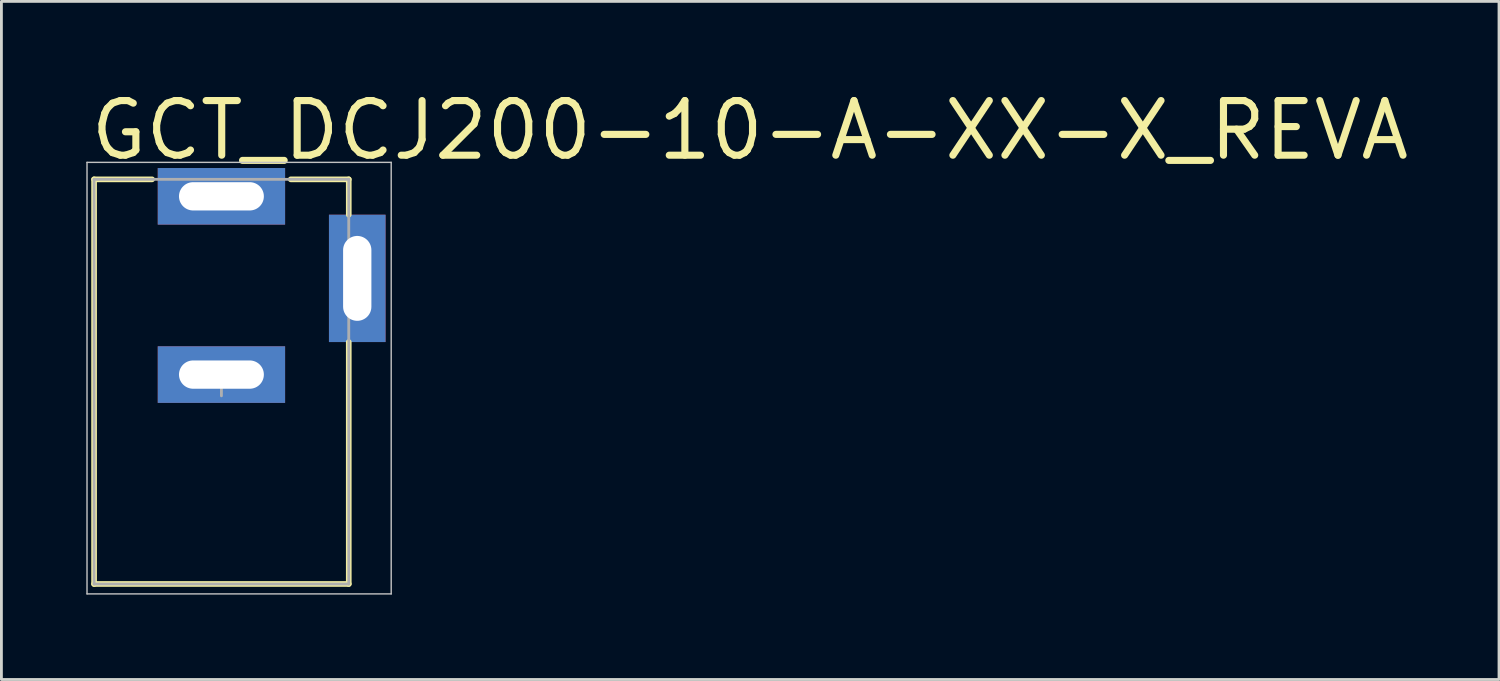
<source format=kicad_pcb>
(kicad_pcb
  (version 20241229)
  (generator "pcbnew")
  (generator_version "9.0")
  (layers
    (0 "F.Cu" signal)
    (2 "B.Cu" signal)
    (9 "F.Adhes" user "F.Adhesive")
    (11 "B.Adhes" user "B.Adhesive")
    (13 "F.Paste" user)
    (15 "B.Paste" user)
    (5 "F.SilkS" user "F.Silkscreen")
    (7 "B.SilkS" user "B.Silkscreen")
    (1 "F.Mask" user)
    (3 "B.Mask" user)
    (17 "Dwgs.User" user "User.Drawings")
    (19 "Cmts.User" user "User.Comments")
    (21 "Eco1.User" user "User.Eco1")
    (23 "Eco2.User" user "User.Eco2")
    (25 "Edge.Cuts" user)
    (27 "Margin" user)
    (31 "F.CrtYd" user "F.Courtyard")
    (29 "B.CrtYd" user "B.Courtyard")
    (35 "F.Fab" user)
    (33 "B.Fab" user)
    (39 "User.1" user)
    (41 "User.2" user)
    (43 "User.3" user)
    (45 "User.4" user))
  (footprint "GCT_DCJ200-10-A-XX-X_REVA"
    (layer "F.Cu")
    (at 4.775 10.438)
    (property "Reference" "GCT_DCJ200-10-A-XX-X_REVA" (at -4.752 -7.754 0) (layer "F.SilkS") (effects (font (size 1.931 1.931) (thickness 0.251)) (justify left bottom)))
    (attr through_hole)
    (fp_line (start -4.5 -7.15) (end -4.5 7.15) (stroke (width 0.2) (type solid)) (layer "F.SilkS"))
    (fp_line (start -4.5 7.15) (end 4.5 7.15) (stroke (width 0.2) (type solid)) (layer "F.SilkS"))
    (fp_line (start -2.45 -7.15) (end -4.5 -7.15) (stroke (width 0.2) (type solid)) (layer "F.SilkS"))
    (fp_line (start 2.45 -7.15) (end 4.5 -7.15) (stroke (width 0.2) (type solid)) (layer "F.SilkS"))
    (fp_line (start 4.5 -7.15) (end 4.5 -5.9) (stroke (width 0.2) (type solid)) (layer "F.SilkS"))
    (fp_line (start 4.5 7.15) (end 4.5 -1.4) (stroke (width 0.2) (type solid)) (layer "F.SilkS"))
    (fp_line (start -4.75 -7.75) (end 6 -7.75) (stroke (width 0.05) (type solid)) (layer "Dwgs.User"))
    (fp_line (start -4.75 7.5) (end -4.75 -7.75) (stroke (width 0.05) (type solid)) (layer "Dwgs.User"))
    (fp_line (start 6 -7.75) (end 6 7.5) (stroke (width 0.05) (type solid)) (layer "Dwgs.User"))
    (fp_line (start 6 7.5) (end -4.75 7.5) (stroke (width 0.05) (type solid)) (layer "Dwgs.User"))
    (fp_line (start -4.5 -7.15) (end 4.5 -7.15) (stroke (width 0.1) (type solid)) (layer "F.Fab"))
    (fp_line (start -4.5 7.15) (end -4.5 -7.15) (stroke (width 0.1) (type solid)) (layer "F.Fab"))
    (fp_line (start -4.5 7.15) (end 4.5 7.15) (stroke (width 0.1) (type solid)) (layer "F.Fab"))
    (fp_line (start -0.5 0) (end 0.5 0) (stroke (width 0.1) (type solid)) (layer "F.Fab"))
    (fp_line (start 0 0.5) (end 0 -0.5) (stroke (width 0.1) (type solid)) (layer "F.Fab"))
    (fp_line (start 4.5 7.15) (end 4.5 -7.15) (stroke (width 0.1) (type solid)) (layer "F.Fab"))
    (pad "1" thru_hole rect (at 0 -6.55) (size 4.5 2) (drill oval 3 1) (layers "*.Cu" "*.Mask"))
    (pad "2" thru_hole rect (at 0 -0.25) (size 4.5 2) (drill oval 3 1) (layers "*.Cu" "*.Mask"))
    (pad "3" thru_hole rect (at 4.8 -3.65) (size 2 4.5) (drill oval 1 3) (layers "*.Cu" "*.Mask")))
  (gr_rect
    (start -3 -3)
    (end 49.925 20.963)
    (stroke (width 0.1) (type default))
    (fill no)
    (layer "Edge.Cuts")))
</source>
